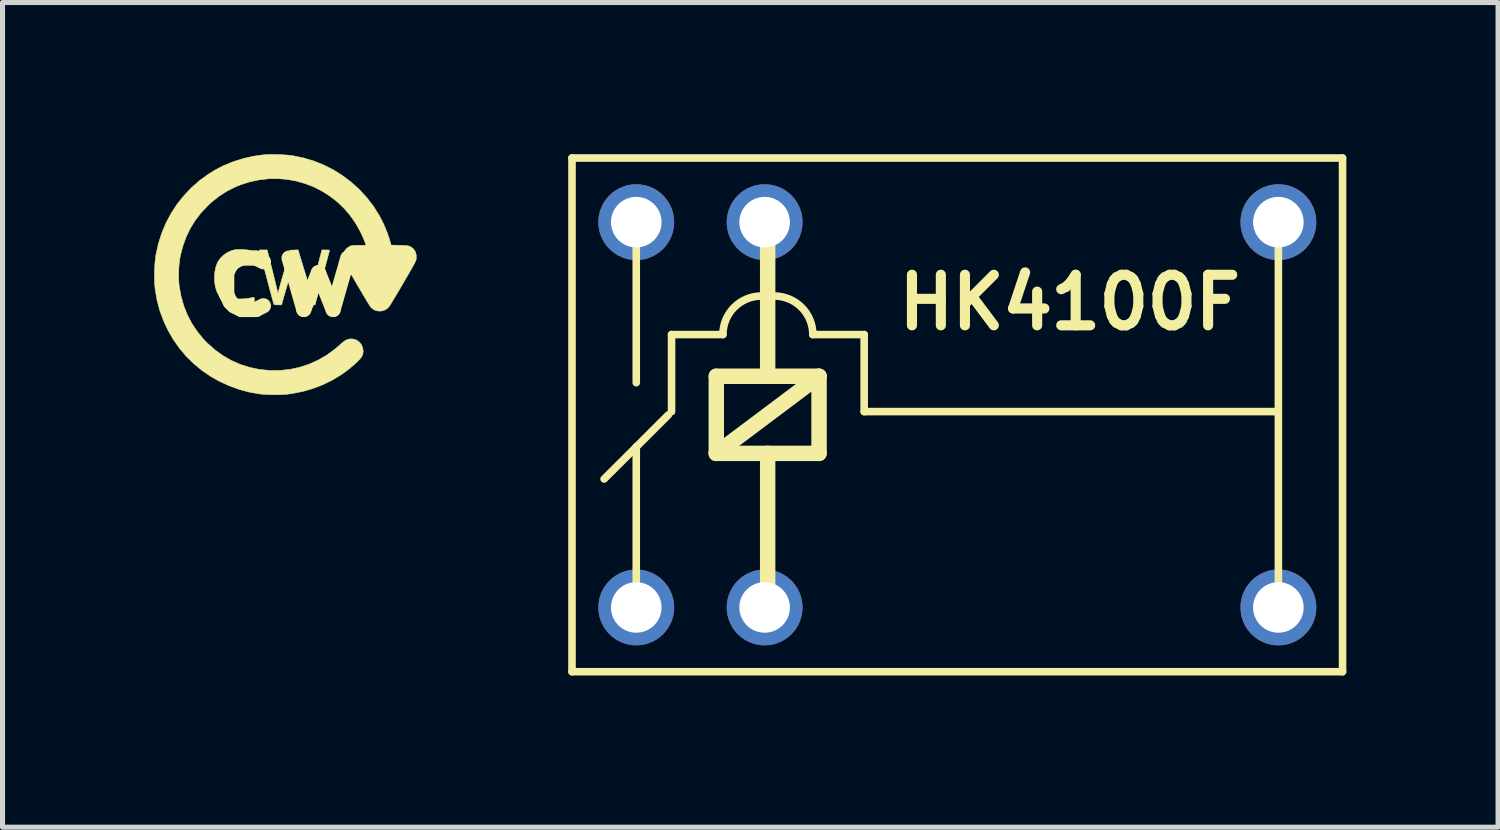
<source format=kicad_pcb>
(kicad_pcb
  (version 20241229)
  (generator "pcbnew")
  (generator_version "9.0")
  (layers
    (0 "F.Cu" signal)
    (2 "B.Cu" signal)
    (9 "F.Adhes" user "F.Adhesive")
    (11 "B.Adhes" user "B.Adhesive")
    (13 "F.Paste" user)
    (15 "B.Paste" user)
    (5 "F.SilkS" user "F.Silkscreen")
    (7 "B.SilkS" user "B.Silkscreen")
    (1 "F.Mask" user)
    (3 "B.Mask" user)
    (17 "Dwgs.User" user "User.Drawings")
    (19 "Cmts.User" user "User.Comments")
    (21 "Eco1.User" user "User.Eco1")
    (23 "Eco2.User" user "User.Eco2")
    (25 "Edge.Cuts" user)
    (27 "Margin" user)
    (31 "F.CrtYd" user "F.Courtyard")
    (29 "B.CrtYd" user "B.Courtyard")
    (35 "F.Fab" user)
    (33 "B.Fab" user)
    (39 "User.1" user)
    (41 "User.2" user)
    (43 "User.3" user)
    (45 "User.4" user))
  (footprint "HK4100F"
    (layer "F.Cu")
    (at 15.058 5.091)
    (property "Reference" "HK4100F" (at 3.048 -2.159 0) (layer "F.SilkS") (effects (font (size 1 1) (thickness 0.2))))
    (attr through_hole)
    (fp_line (start -6.795 -5.016) (end 8.445 -5.016) (stroke (width 0.15) (type solid)) (layer "F.SilkS"))
    (fp_line (start -6.795 5.144) (end -6.795 -5.016) (stroke (width 0.15) (type solid)) (layer "F.SilkS"))
    (fp_line (start -5.524 -0.572) (end -5.524 -3.747) (stroke (width 0.15) (type solid)) (layer "F.SilkS"))
    (fp_line (start -5.524 0.699) (end -6.16 1.333) (stroke (width 0.15) (type solid)) (layer "F.SilkS"))
    (fp_line (start -5.524 3.873) (end -5.524 0.699) (stroke (width 0.15) (type solid)) (layer "F.SilkS"))
    (fp_line (start -4.889 0.064) (end -5.524 0.699) (stroke (width 0.15) (type solid)) (layer "F.SilkS"))
    (fp_line (start -4.826 -1.524) (end -3.81 -1.524) (stroke (width 0.15) (type solid)) (layer "F.SilkS"))
    (fp_line (start -4.826 0) (end -4.826 -1.524) (stroke (width 0.15) (type solid)) (layer "F.SilkS"))
    (fp_line (start -3.941 -0.699) (end -1.909 -0.699) (stroke (width 0.305) (type solid)) (layer "F.SilkS"))
    (fp_line (start -3.941 0.826) (end -3.941 -0.699) (stroke (width 0.305) (type solid)) (layer "F.SilkS"))
    (fp_line (start -2.925 -3.747) (end -2.925 -0.699) (stroke (width 0.305) (type solid)) (layer "F.SilkS"))
    (fp_line (start -2.925 3.873) (end -2.925 0.826) (stroke (width 0.305) (type solid)) (layer "F.SilkS"))
    (fp_line (start -2.032 -1.524) (end -1.016 -1.524) (stroke (width 0.15) (type solid)) (layer "F.SilkS"))
    (fp_line (start -1.909 -0.699) (end -3.941 0.826) (stroke (width 0.305) (type solid)) (layer "F.SilkS"))
    (fp_line (start -1.909 -0.699) (end -1.909 0.826) (stroke (width 0.305) (type solid)) (layer "F.SilkS"))
    (fp_line (start -1.909 0.826) (end -3.941 0.826) (stroke (width 0.305) (type solid)) (layer "F.SilkS"))
    (fp_line (start -1.016 -1.524) (end -1.016 0) (stroke (width 0.15) (type solid)) (layer "F.SilkS"))
    (fp_line (start -1.016 0) (end 7.112 0) (stroke (width 0.15) (type solid)) (layer "F.SilkS"))
    (fp_line (start 7.176 3.873) (end 7.176 -3.747) (stroke (width 0.15) (type solid)) (layer "F.SilkS"))
    (fp_line (start 8.445 -5.016) (end 8.445 5.144) (stroke (width 0.15) (type solid)) (layer "F.SilkS"))
    (fp_line (start 8.445 5.144) (end -6.795 5.144) (stroke (width 0.15) (type solid)) (layer "F.SilkS"))
    (fp_arc (start -3.81 -1.524) (mid -3.586815 -2.062815) (end -3.048 -2.286) (stroke (width 0.15) (type solid)) (layer "F.SilkS"))
    (fp_arc (start -2.794 -2.286) (mid -2.255185 -2.062815) (end -2.032 -1.524) (stroke (width 0.15) (type solid)) (layer "F.SilkS"))
    (pad "11" thru_hole circle (at 7.176 -3.747 180) (size 1.5 1.5) (drill 1) (layers "*.Cu" "*.Mask"))
    (pad "11" thru_hole circle (at 7.176 3.873 180) (size 1.5 1.5) (drill 1) (layers "*.Cu" "*.Mask"))
    (pad "12" thru_hole circle (at -5.524 3.873 180) (size 1.5 1.5) (drill 1) (layers "*.Cu" "*.Mask"))
    (pad "14" thru_hole circle (at -5.524 -3.747 180) (size 1.5 1.5) (drill 1) (layers "*.Cu" "*.Mask"))
    (pad "A1" thru_hole circle (at -2.985 3.873 180) (size 1.5 1.5) (drill 1) (layers "*.Cu" "*.Mask"))
    (pad "A2" thru_hole circle (at -2.985 -3.747 180) (size 1.5 1.5) (drill 1) (layers "*.Cu" "*.Mask")))
  (footprint "cw"
    (layer "F.Cu")
    (at 2.595 2.381)
    (property "Reference" "cw" (at 0 0 0) (layer "F.SilkS") (effects (font (size 1.524 1.524) (thickness 0.3))))
    (attr through_hole)
    (fp_poly (pts (xy -0.831 -0.496) (xy -0.763 -0.489) (xy -0.7 -0.479) (xy -0.646 -0.466) (xy -0.605 -0.45) (xy -0.595 -0.444) (xy -0.584 -0.435) (xy -0.581 -0.425) (xy -0.585 -0.408) (xy -0.597 -0.379) (xy -0.599 -0.375) (xy -0.612 -0.345) (xy -0.621 -0.324) (xy -0.625 -0.317) (xy -0.635 -0.319) (xy -0.659 -0.326) (xy -0.694 -0.337) (xy -0.707 -0.341) (xy -0.789 -0.362) (xy -0.872 -0.37) (xy -0.951 -0.366) (xy -1.015 -0.35) (xy -1.068 -0.324) (xy -1.12 -0.284) (xy -1.165 -0.238) (xy -1.196 -0.192) (xy -1.228 -0.108) (xy -1.246 -0.016) (xy -1.25 0.081) (xy -1.24 0.175) (xy -1.216 0.263) (xy -1.205 0.289) (xy -1.167 0.355) (xy -1.118 0.406) (xy -1.053 0.447) (xy -1.048 0.449) (xy -1.017 0.464) (xy -0.991 0.474) (xy -0.964 0.479) (xy -0.932 0.481) (xy -0.886 0.482) (xy -0.874 0.481) (xy -0.805 0.478) (xy -0.742 0.471) (xy -0.698 0.463) (xy -0.655 0.453) (xy -0.628 0.452) (xy -0.615 0.462) (xy -0.612 0.485) (xy -0.616 0.52) (xy -0.625 0.574) (xy -0.691 0.591) (xy -0.739 0.6) (xy -0.8 0.606) (xy -0.867 0.608) (xy -0.935 0.608) (xy -0.998 0.604) (xy -1.049 0.597) (xy -1.064 0.594) (xy -1.152 0.56) (xy -1.23 0.509) (xy -1.295 0.443) (xy -1.321 0.407) (xy -1.358 0.332) (xy -1.384 0.244) (xy -1.4 0.148) (xy -1.404 0.049) (xy -1.396 -0.051) (xy -1.377 -0.145) (xy -1.347 -0.231) (xy -1.334 -0.257) (xy -1.285 -0.326) (xy -1.221 -0.388) (xy -1.146 -0.438) (xy -1.062 -0.475) (xy -1.015 -0.488) (xy -0.961 -0.496) (xy -0.898 -0.498) (xy -0.831 -0.496)) (stroke (width 0.01) (type solid)) (fill yes) (layer "F.SilkS"))
    (fp_poly (pts (xy 0.269 -0.43) (xy 0.275 -0.408) (xy 0.283 -0.383) (xy 0.292 -0.352) (xy 0.304 -0.313) (xy 0.319 -0.264) (xy 0.337 -0.203) (xy 0.36 -0.129) (xy 0.388 -0.038) (xy 0.404 0.015) (xy 0.424 0.079) (xy 0.443 0.145) (xy 0.46 0.208) (xy 0.474 0.26) (xy 0.478 0.277) (xy 0.49 0.324) (xy 0.499 0.351) (xy 0.507 0.359) (xy 0.514 0.35) (xy 0.52 0.322) (xy 0.522 0.31) (xy 0.527 0.288) (xy 0.536 0.249) (xy 0.549 0.196) (xy 0.564 0.132) (xy 0.582 0.06) (xy 0.601 -0.018) (xy 0.621 -0.099) (xy 0.642 -0.179) (xy 0.662 -0.257) (xy 0.68 -0.329) (xy 0.697 -0.393) (xy 0.711 -0.445) (xy 0.712 -0.45) (xy 0.722 -0.488) (xy 0.799 -0.488) (xy 0.838 -0.487) (xy 0.861 -0.485) (xy 0.871 -0.48) (xy 0.872 -0.472) (xy 0.871 -0.47) (xy 0.866 -0.451) (xy 0.857 -0.417) (xy 0.845 -0.372) (xy 0.83 -0.319) (xy 0.816 -0.264) (xy 0.801 -0.21) (xy 0.791 -0.173) (xy 0.777 -0.121) (xy 0.762 -0.064) (xy 0.75 -0.02) (xy 0.737 0.03) (xy 0.722 0.085) (xy 0.711 0.127) (xy 0.684 0.229) (xy 0.662 0.315) (xy 0.642 0.388) (xy 0.625 0.453) (xy 0.615 0.489) (xy 0.604 0.531) (xy 0.596 0.566) (xy 0.59 0.588) (xy 0.589 0.594) (xy 0.58 0.597) (xy 0.555 0.598) (xy 0.52 0.598) (xy 0.511 0.597) (xy 0.472 0.595) (xy 0.448 0.592) (xy 0.435 0.586) (xy 0.428 0.576) (xy 0.426 0.569) (xy 0.419 0.544) (xy 0.406 0.502) (xy 0.39 0.447) (xy 0.371 0.382) (xy 0.35 0.311) (xy 0.327 0.236) (xy 0.305 0.16) (xy 0.284 0.091) (xy 0.264 0.025) (xy 0.244 -0.043) (xy 0.226 -0.107) (xy 0.21 -0.161) (xy 0.203 -0.188) (xy 0.19 -0.233) (xy 0.182 -0.26) (xy 0.176 -0.271) (xy 0.172 -0.27) (xy 0.168 -0.259) (xy 0.159 -0.224) (xy 0.144 -0.169) (xy 0.123 -0.096) (xy 0.097 -0.003) (xy 0.065 0.108) (xy 0.027 0.238) (xy 0.025 0.244) (xy 0.004 0.317) (xy -0.016 0.385) (xy -0.034 0.447) (xy -0.048 0.498) (xy -0.059 0.535) (xy -0.064 0.556) (xy -0.075 0.599) (xy -0.148 0.599) (xy -0.185 0.598) (xy -0.213 0.596) (xy -0.227 0.592) (xy -0.227 0.592) (xy -0.231 0.58) (xy -0.239 0.552) (xy -0.251 0.509) (xy -0.265 0.456) (xy -0.282 0.395) (xy -0.29 0.366) (xy -0.309 0.294) (xy -0.328 0.221) (xy -0.346 0.152) (xy -0.362 0.093) (xy -0.374 0.047) (xy -0.376 0.041) (xy -0.389 -0.011) (xy -0.406 -0.075) (xy -0.424 -0.143) (xy -0.441 -0.206) (xy -0.441 -0.208) (xy -0.457 -0.266) (xy -0.472 -0.324) (xy -0.486 -0.375) (xy -0.496 -0.414) (xy -0.498 -0.419) (xy -0.517 -0.488) (xy -0.361 -0.488) (xy -0.256 -0.074) (xy -0.234 0.016) (xy -0.213 0.1) (xy -0.195 0.176) (xy -0.179 0.242) (xy -0.166 0.297) (xy -0.157 0.337) (xy -0.152 0.361) (xy -0.151 0.366) (xy -0.149 0.367) (xy -0.143 0.351) (xy -0.134 0.321) (xy -0.123 0.28) (xy -0.122 0.279) (xy -0.108 0.224) (xy -0.093 0.167) (xy -0.079 0.116) (xy -0.072 0.091) (xy -0.057 0.042) (xy -0.04 -0.015) (xy -0.025 -0.066) (xy -0.014 -0.104) (xy 0.001 -0.157) (xy 0.019 -0.217) (xy 0.038 -0.281) (xy 0.048 -0.315) (xy 0.097 -0.483) (xy 0.175 -0.486) (xy 0.252 -0.489) (xy 0.269 -0.43)) (stroke (width 0.01) (type solid)) (fill yes) (layer "F.SilkS"))
    (fp_poly (pts (xy -0.174 -2.375) (xy -0.073 -2.371) (xy 0.023 -2.365) (xy 0.108 -2.357) (xy 0.142 -2.352) (xy 0.356 -2.308) (xy 0.563 -2.246) (xy 0.762 -2.166) (xy 0.953 -2.069) (xy 1.134 -1.955) (xy 1.304 -1.826) (xy 1.462 -1.683) (xy 1.607 -1.526) (xy 1.738 -1.356) (xy 1.853 -1.174) (xy 1.913 -1.061) (xy 1.967 -0.945) (xy 2.015 -0.825) (xy 2.055 -0.708) (xy 2.067 -0.665) (xy 2.09 -0.584) (xy 2.262 -0.579) (xy 2.326 -0.577) (xy 2.374 -0.575) (xy 2.409 -0.571) (xy 2.435 -0.567) (xy 2.455 -0.561) (xy 2.473 -0.553) (xy 2.476 -0.551) (xy 2.529 -0.512) (xy 2.565 -0.461) (xy 2.586 -0.4) (xy 2.589 -0.333) (xy 2.588 -0.318) (xy 2.586 -0.304) (xy 2.582 -0.288) (xy 2.576 -0.27) (xy 2.566 -0.247) (xy 2.551 -0.219) (xy 2.532 -0.182) (xy 2.506 -0.136) (xy 2.474 -0.08) (xy 2.434 -0.01) (xy 2.385 0.073) (xy 2.328 0.173) (xy 2.327 0.173) (xy 2.276 0.261) (xy 2.227 0.344) (xy 2.181 0.421) (xy 2.139 0.49) (xy 2.103 0.549) (xy 2.074 0.596) (xy 2.052 0.63) (xy 2.039 0.648) (xy 2.038 0.649) (xy 1.988 0.689) (xy 1.93 0.714) (xy 1.868 0.723) (xy 1.805 0.716) (xy 1.747 0.694) (xy 1.697 0.655) (xy 1.695 0.653) (xy 1.682 0.636) (xy 1.661 0.604) (xy 1.634 0.561) (xy 1.603 0.51) (xy 1.569 0.453) (xy 1.559 0.437) (xy 1.518 0.366) (xy 1.47 0.285) (xy 1.42 0.2) (xy 1.372 0.117) (xy 1.333 0.051) (xy 1.282 -0.035) (xy 1.241 -0.106) (xy 1.209 -0.163) (xy 1.184 -0.209) (xy 1.165 -0.246) (xy 1.153 -0.275) (xy 1.145 -0.298) (xy 1.14 -0.318) (xy 1.138 -0.337) (xy 1.138 -0.348) (xy 1.148 -0.415) (xy 1.176 -0.475) (xy 1.219 -0.524) (xy 1.274 -0.56) (xy 1.295 -0.568) (xy 1.321 -0.573) (xy 1.354 -0.577) (xy 1.4 -0.578) (xy 1.455 -0.579) (xy 1.595 -0.579) (xy 1.569 -0.653) (xy 1.553 -0.692) (xy 1.532 -0.743) (xy 1.507 -0.797) (xy 1.486 -0.842) (xy 1.392 -1.011) (xy 1.283 -1.167) (xy 1.161 -1.31) (xy 1.027 -1.438) (xy 0.882 -1.551) (xy 0.728 -1.649) (xy 0.566 -1.732) (xy 0.396 -1.798) (xy 0.221 -1.849) (xy 0.042 -1.882) (xy -0.141 -1.898) (xy -0.326 -1.896) (xy -0.512 -1.875) (xy -0.698 -1.837) (xy -0.881 -1.779) (xy -0.994 -1.733) (xy -1.158 -1.65) (xy -1.312 -1.551) (xy -1.459 -1.435) (xy -1.527 -1.372) (xy -1.664 -1.228) (xy -1.782 -1.075) (xy -1.882 -0.913) (xy -1.965 -0.74) (xy -2.031 -0.557) (xy -2.078 -0.374) (xy -2.095 -0.273) (xy -2.106 -0.16) (xy -2.112 -0.04) (xy -2.111 0.078) (xy -2.105 0.189) (xy -2.099 0.239) (xy -2.063 0.434) (xy -2.009 0.622) (xy -1.937 0.802) (xy -1.847 0.972) (xy -1.74 1.132) (xy -1.617 1.281) (xy -1.543 1.357) (xy -1.393 1.49) (xy -1.234 1.604) (xy -1.066 1.7) (xy -0.891 1.777) (xy -0.708 1.835) (xy -0.518 1.875) (xy -0.32 1.895) (xy -0.284 1.897) (xy -0.088 1.894) (xy 0.105 1.872) (xy 0.293 1.83) (xy 0.476 1.769) (xy 0.652 1.689) (xy 0.82 1.591) (xy 0.98 1.475) (xy 1.092 1.377) (xy 1.142 1.334) (xy 1.184 1.304) (xy 1.223 1.285) (xy 1.263 1.275) (xy 1.282 1.272) (xy 1.347 1.275) (xy 1.407 1.296) (xy 1.458 1.332) (xy 1.499 1.38) (xy 1.526 1.439) (xy 1.537 1.506) (xy 1.537 1.515) (xy 1.534 1.556) (xy 1.524 1.592) (xy 1.506 1.628) (xy 1.476 1.666) (xy 1.433 1.712) (xy 1.419 1.726) (xy 1.269 1.859) (xy 1.105 1.979) (xy 0.929 2.085) (xy 0.741 2.177) (xy 0.546 2.252) (xy 0.344 2.311) (xy 0.137 2.352) (xy 0.028 2.367) (xy -0.043 2.372) (xy -0.128 2.375) (xy -0.221 2.376) (xy -0.314 2.374) (xy -0.403 2.37) (xy -0.48 2.364) (xy -0.498 2.362) (xy -0.709 2.326) (xy -0.917 2.27) (xy -1.122 2.195) (xy -1.32 2.103) (xy -1.468 2.019) (xy -1.646 1.899) (xy -1.811 1.763) (xy -1.962 1.614) (xy -2.099 1.451) (xy -2.221 1.277) (xy -2.327 1.093) (xy -2.416 0.899) (xy -2.489 0.697) (xy -2.543 0.488) (xy -2.578 0.273) (xy -2.581 0.247) (xy -2.587 0.164) (xy -2.59 0.069) (xy -2.589 -0.035) (xy -2.586 -0.141) (xy -2.579 -0.242) (xy -2.57 -0.334) (xy -2.56 -0.396) (xy -2.512 -0.613) (xy -2.445 -0.822) (xy -2.361 -1.023) (xy -2.259 -1.213) (xy -2.141 -1.394) (xy -2.007 -1.562) (xy -1.858 -1.719) (xy -1.695 -1.862) (xy -1.517 -1.99) (xy -1.387 -2.071) (xy -1.215 -2.159) (xy -1.03 -2.234) (xy -0.837 -2.294) (xy -0.639 -2.34) (xy -0.443 -2.368) (xy -0.365 -2.373) (xy -0.273 -2.376) (xy -0.174 -2.375)) (stroke (width 0.01) (type solid)) (fill yes) (layer "F.SilkS")))
  (gr_rect
    (start -3 -3)
    (end 26.579 13.31)
    (stroke (width 0.1) (type default))
    (fill no)
    (layer "Edge.Cuts")))
</source>
